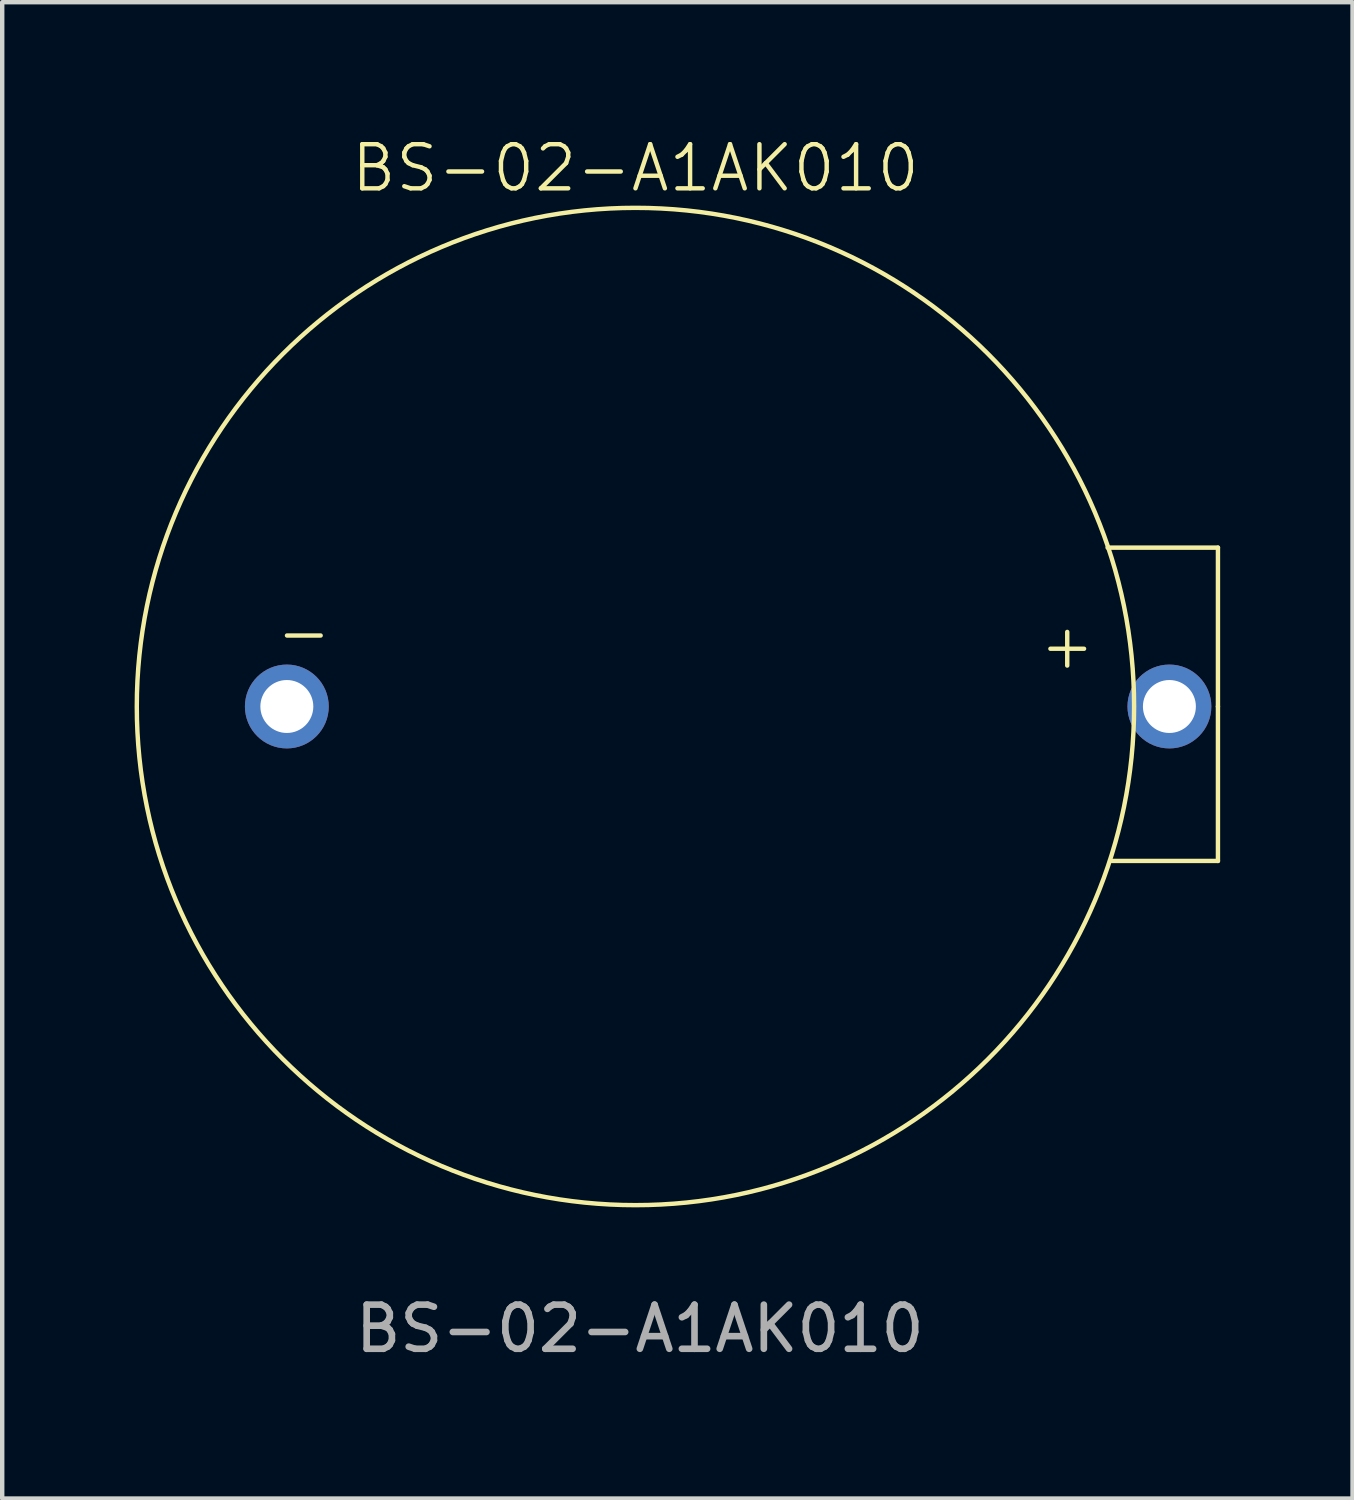
<source format=kicad_pcb>
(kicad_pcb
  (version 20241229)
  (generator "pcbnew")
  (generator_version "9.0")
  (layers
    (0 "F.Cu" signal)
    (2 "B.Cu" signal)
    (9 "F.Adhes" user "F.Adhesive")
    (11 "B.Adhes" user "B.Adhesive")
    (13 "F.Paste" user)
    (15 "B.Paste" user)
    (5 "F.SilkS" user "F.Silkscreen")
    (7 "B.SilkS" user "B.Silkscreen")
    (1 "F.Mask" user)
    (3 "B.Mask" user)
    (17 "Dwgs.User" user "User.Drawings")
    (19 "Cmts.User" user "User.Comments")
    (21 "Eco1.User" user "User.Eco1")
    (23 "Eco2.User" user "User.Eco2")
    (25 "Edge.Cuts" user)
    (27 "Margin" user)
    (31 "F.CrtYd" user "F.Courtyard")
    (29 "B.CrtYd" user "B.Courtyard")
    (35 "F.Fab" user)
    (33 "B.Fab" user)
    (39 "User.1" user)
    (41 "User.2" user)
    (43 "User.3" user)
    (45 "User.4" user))
  (footprint "BS-02-A1AK010"
    (layer "F.Cu")
    (at 11.35 12.96)
    (property "Reference" "BS-02-A1AK010" (at 0 -12.2 0) (unlocked yes) (layer "F.SilkS") (effects (font (size 1 1) (thickness 0.1))))
    (attr through_hole)
    (fp_line (start 13.2 -3.6) (end 10.7 -3.6) (stroke (width 0.1) (type default)) (layer "F.SilkS"))
    (fp_line (start 13.2 0) (end 13.2 -3.6) (stroke (width 0.1) (type default)) (layer "F.SilkS"))
    (fp_line (start 13.2 0) (end 13.2 3.5) (stroke (width 0.1) (type default)) (layer "F.SilkS"))
    (fp_line (start 13.2 3.5) (end 10.8 3.5) (stroke (width 0.1) (type default)) (layer "F.SilkS"))
    (fp_circle (center 0 0) (end 11.3 0) (stroke (width 0.1) (type default)) (fill no) (layer "F.SilkS"))
    (fp_text user "-" (at -8.2 -1.1 0) (unlocked yes) (layer "F.SilkS") (effects (font (size 1 1) (thickness 0.1)) (justify left bottom)))
    (fp_text user "+" (at 9.1 -0.8 0) (unlocked yes) (layer "F.SilkS") (effects (font (size 1 1) (thickness 0.1)) (justify left bottom)))
    (fp_text user "${REFERENCE}" (at 0.1 14.1 0) (unlocked yes) (layer "F.Fab") (effects (font (size 1 1) (thickness 0.15))))
    (pad "1" thru_hole circle (at 12.1 0) (size 1.9 1.9) (drill 1.2) (layers "*.Cu" "*.Mask"))
    (pad "2" thru_hole circle (at -7.9 0) (size 1.9 1.9) (drill 1.2) (layers "*.Cu" "*.Mask")))
  (gr_rect
    (start -3 -3)
    (end 27.6 30.909)
    (stroke (width 0.1) (type default))
    (fill no)
    (layer "Edge.Cuts")))
</source>
